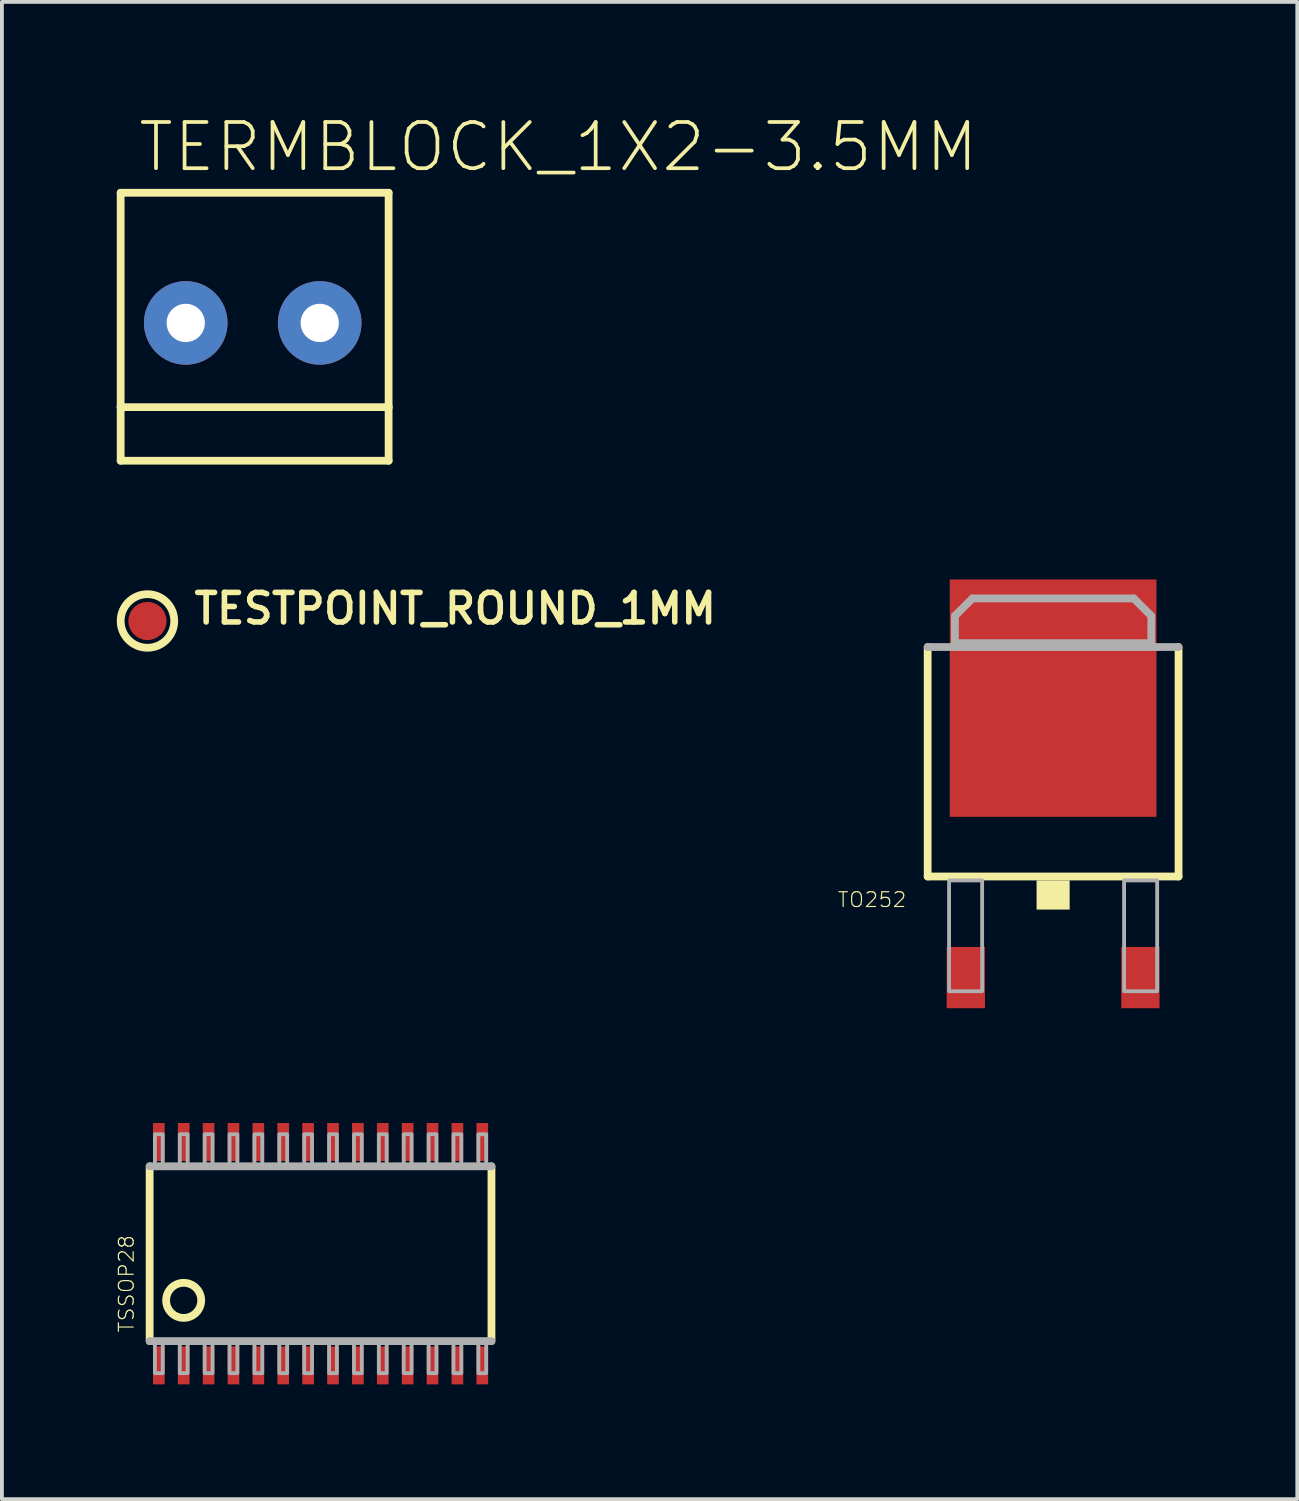
<source format=kicad_pcb>
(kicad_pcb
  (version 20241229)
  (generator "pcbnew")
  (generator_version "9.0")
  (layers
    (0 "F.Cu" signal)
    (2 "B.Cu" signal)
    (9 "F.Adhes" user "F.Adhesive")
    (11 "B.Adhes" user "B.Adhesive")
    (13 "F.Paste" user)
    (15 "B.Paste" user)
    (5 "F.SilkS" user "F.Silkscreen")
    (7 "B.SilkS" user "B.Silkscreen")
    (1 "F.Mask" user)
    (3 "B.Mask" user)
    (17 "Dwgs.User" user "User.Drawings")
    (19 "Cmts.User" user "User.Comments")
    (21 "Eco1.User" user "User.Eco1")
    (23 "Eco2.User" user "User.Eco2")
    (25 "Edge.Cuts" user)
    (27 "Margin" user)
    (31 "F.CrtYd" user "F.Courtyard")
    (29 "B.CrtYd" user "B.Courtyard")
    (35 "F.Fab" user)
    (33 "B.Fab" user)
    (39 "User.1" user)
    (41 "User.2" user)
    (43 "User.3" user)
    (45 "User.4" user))
  (footprint "TESTPOINT_ROUND_1MM"
    (layer "F.Cu")
    (at 0.802 13.172)
    (property "Reference" "TESTPOINT_ROUND_1MM" (at 1.143 0.127 0) (layer "F.SilkS") (effects (font (size 0.772 0.772) (thickness 0.146)) (justify left bottom)))
    (attr through_hole)
    (fp_circle (center 0 0) (end 0.7 0) (stroke (width 0.203) (type solid)) (fill no) (layer "F.SilkS"))
    (pad "P$1" smd roundrect (at 0 0) (size 1 1) (layers "F.Cu" "F.Mask") (roundrect_rratio 0.5)))
  (footprint "TSSOP28"
    (layer "F.Cu")
    (at 5.324 29.701)
    (property "Reference" "TSSOP28" (at -4.846 2.083 90) (layer "F.SilkS") (effects (font (size 0.386 0.386) (thickness 0.031)) (justify left bottom)))
    (attr through_hole)
    (fp_line (start -4.465 2.283) (end -4.465 -2.283) (stroke (width 0.203) (type solid)) (layer "F.SilkS"))
    (fp_line (start 4.465 -2.283) (end 4.465 2.283) (stroke (width 0.203) (type solid)) (layer "F.SilkS"))
    (fp_circle (center -3.576 1.219) (end -3.118 1.219) (stroke (width 0.203) (type solid)) (fill no) (layer "F.SilkS"))
    (fp_line (start -4.465 2.283) (end 4.465 2.283) (stroke (width 0.203) (type solid)) (layer "F.Fab"))
    (fp_line (start 4.465 -2.283) (end -4.465 -2.283) (stroke (width 0.203) (type solid)) (layer "F.Fab"))
    (fp_poly (pts (xy -4.327 -2.283) (xy -4.123 -2.283) (xy -4.123 -3.121) (xy -4.327 -3.121)) (stroke (width 0.1) (type solid)) (fill no) (layer "F.Fab"))
    (fp_poly (pts (xy -4.327 3.121) (xy -4.123 3.121) (xy -4.123 2.283) (xy -4.327 2.283)) (stroke (width 0.1) (type solid)) (fill no) (layer "F.Fab"))
    (fp_poly (pts (xy -3.677 -2.283) (xy -3.473 -2.283) (xy -3.473 -3.121) (xy -3.677 -3.121)) (stroke (width 0.1) (type solid)) (fill no) (layer "F.Fab"))
    (fp_poly (pts (xy -3.677 3.121) (xy -3.473 3.121) (xy -3.473 2.283) (xy -3.677 2.283)) (stroke (width 0.1) (type solid)) (fill no) (layer "F.Fab"))
    (fp_poly (pts (xy -3.027 -2.283) (xy -2.823 -2.283) (xy -2.823 -3.121) (xy -3.027 -3.121)) (stroke (width 0.1) (type solid)) (fill no) (layer "F.Fab"))
    (fp_poly (pts (xy -3.027 3.121) (xy -2.823 3.121) (xy -2.823 2.283) (xy -3.027 2.283)) (stroke (width 0.1) (type solid)) (fill no) (layer "F.Fab"))
    (fp_poly (pts (xy -2.377 -2.283) (xy -2.173 -2.283) (xy -2.173 -3.121) (xy -2.377 -3.121)) (stroke (width 0.1) (type solid)) (fill no) (layer "F.Fab"))
    (fp_poly (pts (xy -2.377 3.121) (xy -2.173 3.121) (xy -2.173 2.283) (xy -2.377 2.283)) (stroke (width 0.1) (type solid)) (fill no) (layer "F.Fab"))
    (fp_poly (pts (xy -1.727 -2.283) (xy -1.523 -2.283) (xy -1.523 -3.121) (xy -1.727 -3.121)) (stroke (width 0.1) (type solid)) (fill no) (layer "F.Fab"))
    (fp_poly (pts (xy -1.727 3.121) (xy -1.523 3.121) (xy -1.523 2.283) (xy -1.727 2.283)) (stroke (width 0.1) (type solid)) (fill no) (layer "F.Fab"))
    (fp_poly (pts (xy -1.077 -2.283) (xy -0.873 -2.283) (xy -0.873 -3.121) (xy -1.077 -3.121)) (stroke (width 0.1) (type solid)) (fill no) (layer "F.Fab"))
    (fp_poly (pts (xy -1.077 3.121) (xy -0.873 3.121) (xy -0.873 2.283) (xy -1.077 2.283)) (stroke (width 0.1) (type solid)) (fill no) (layer "F.Fab"))
    (fp_poly (pts (xy -0.427 -2.283) (xy -0.223 -2.283) (xy -0.223 -3.121) (xy -0.427 -3.121)) (stroke (width 0.1) (type solid)) (fill no) (layer "F.Fab"))
    (fp_poly (pts (xy -0.427 3.121) (xy -0.223 3.121) (xy -0.223 2.283) (xy -0.427 2.283)) (stroke (width 0.1) (type solid)) (fill no) (layer "F.Fab"))
    (fp_poly (pts (xy 0.223 -2.283) (xy 0.427 -2.283) (xy 0.427 -3.121) (xy 0.223 -3.121)) (stroke (width 0.1) (type solid)) (fill no) (layer "F.Fab"))
    (fp_poly (pts (xy 0.223 3.121) (xy 0.427 3.121) (xy 0.427 2.283) (xy 0.223 2.283)) (stroke (width 0.1) (type solid)) (fill no) (layer "F.Fab"))
    (fp_poly (pts (xy 0.873 -2.283) (xy 1.077 -2.283) (xy 1.077 -3.121) (xy 0.873 -3.121)) (stroke (width 0.1) (type solid)) (fill no) (layer "F.Fab"))
    (fp_poly (pts (xy 0.873 3.121) (xy 1.077 3.121) (xy 1.077 2.283) (xy 0.873 2.283)) (stroke (width 0.1) (type solid)) (fill no) (layer "F.Fab"))
    (fp_poly (pts (xy 1.523 -2.283) (xy 1.727 -2.283) (xy 1.727 -3.121) (xy 1.523 -3.121)) (stroke (width 0.1) (type solid)) (fill no) (layer "F.Fab"))
    (fp_poly (pts (xy 1.523 3.121) (xy 1.727 3.121) (xy 1.727 2.283) (xy 1.523 2.283)) (stroke (width 0.1) (type solid)) (fill no) (layer "F.Fab"))
    (fp_poly (pts (xy 2.173 -2.283) (xy 2.377 -2.283) (xy 2.377 -3.121) (xy 2.173 -3.121)) (stroke (width 0.1) (type solid)) (fill no) (layer "F.Fab"))
    (fp_poly (pts (xy 2.173 3.121) (xy 2.377 3.121) (xy 2.377 2.283) (xy 2.173 2.283)) (stroke (width 0.1) (type solid)) (fill no) (layer "F.Fab"))
    (fp_poly (pts (xy 2.823 -2.283) (xy 3.027 -2.283) (xy 3.027 -3.121) (xy 2.823 -3.121)) (stroke (width 0.1) (type solid)) (fill no) (layer "F.Fab"))
    (fp_poly (pts (xy 2.823 3.121) (xy 3.027 3.121) (xy 3.027 2.283) (xy 2.823 2.283)) (stroke (width 0.1) (type solid)) (fill no) (layer "F.Fab"))
    (fp_poly (pts (xy 3.473 -2.283) (xy 3.677 -2.283) (xy 3.677 -3.121) (xy 3.473 -3.121)) (stroke (width 0.1) (type solid)) (fill no) (layer "F.Fab"))
    (fp_poly (pts (xy 3.473 3.121) (xy 3.677 3.121) (xy 3.677 2.283) (xy 3.473 2.283)) (stroke (width 0.1) (type solid)) (fill no) (layer "F.Fab"))
    (fp_poly (pts (xy 4.123 -2.283) (xy 4.327 -2.283) (xy 4.327 -3.121) (xy 4.123 -3.121)) (stroke (width 0.1) (type solid)) (fill no) (layer "F.Fab"))
    (fp_poly (pts (xy 4.123 3.121) (xy 4.327 3.121) (xy 4.327 2.283) (xy 4.123 2.283)) (stroke (width 0.1) (type solid)) (fill no) (layer "F.Fab"))
    (pad "1" smd rect (at -4.225 2.918) (size 0.305 0.991) (layers "F.Cu" "F.Mask" "F.Paste"))
    (pad "2" smd rect (at -3.575 2.918) (size 0.305 0.991) (layers "F.Cu" "F.Mask" "F.Paste"))
    (pad "3" smd rect (at -2.925 2.918) (size 0.305 0.991) (layers "F.Cu" "F.Mask" "F.Paste"))
    (pad "4" smd rect (at -2.275 2.918) (size 0.305 0.991) (layers "F.Cu" "F.Mask" "F.Paste"))
    (pad "5" smd rect (at -1.625 2.918) (size 0.305 0.991) (layers "F.Cu" "F.Mask" "F.Paste"))
    (pad "6" smd rect (at -0.975 2.918) (size 0.305 0.991) (layers "F.Cu" "F.Mask" "F.Paste"))
    (pad "7" smd rect (at -0.325 2.918) (size 0.305 0.991) (layers "F.Cu" "F.Mask" "F.Paste"))
    (pad "8" smd rect (at 0.325 2.918) (size 0.305 0.991) (layers "F.Cu" "F.Mask" "F.Paste"))
    (pad "9" smd rect (at 0.975 2.918) (size 0.305 0.991) (layers "F.Cu" "F.Mask" "F.Paste"))
    (pad "10" smd rect (at 1.625 2.918) (size 0.305 0.991) (layers "F.Cu" "F.Mask" "F.Paste"))
    (pad "11" smd rect (at 2.275 2.918) (size 0.305 0.991) (layers "F.Cu" "F.Mask" "F.Paste"))
    (pad "12" smd rect (at 2.925 2.918) (size 0.305 0.991) (layers "F.Cu" "F.Mask" "F.Paste"))
    (pad "13" smd rect (at 3.575 2.918) (size 0.305 0.991) (layers "F.Cu" "F.Mask" "F.Paste"))
    (pad "14" smd rect (at 4.225 2.918) (size 0.305 0.991) (layers "F.Cu" "F.Mask" "F.Paste"))
    (pad "15" smd rect (at 4.225 -2.918) (size 0.305 0.991) (layers "F.Cu" "F.Mask" "F.Paste"))
    (pad "16" smd rect (at 3.575 -2.918) (size 0.305 0.991) (layers "F.Cu" "F.Mask" "F.Paste"))
    (pad "17" smd rect (at 2.925 -2.918) (size 0.305 0.991) (layers "F.Cu" "F.Mask" "F.Paste"))
    (pad "18" smd rect (at 2.275 -2.918) (size 0.305 0.991) (layers "F.Cu" "F.Mask" "F.Paste"))
    (pad "19" smd rect (at 1.625 -2.918) (size 0.305 0.991) (layers "F.Cu" "F.Mask" "F.Paste"))
    (pad "20" smd rect (at 0.975 -2.918) (size 0.305 0.991) (layers "F.Cu" "F.Mask" "F.Paste"))
    (pad "21" smd rect (at 0.325 -2.918) (size 0.305 0.991) (layers "F.Cu" "F.Mask" "F.Paste"))
    (pad "22" smd rect (at -0.325 -2.918) (size 0.305 0.991) (layers "F.Cu" "F.Mask" "F.Paste"))
    (pad "23" smd rect (at -0.975 -2.918) (size 0.305 0.991) (layers "F.Cu" "F.Mask" "F.Paste"))
    (pad "24" smd rect (at -1.625 -2.918) (size 0.305 0.991) (layers "F.Cu" "F.Mask" "F.Paste"))
    (pad "25" smd rect (at -2.275 -2.918) (size 0.305 0.991) (layers "F.Cu" "F.Mask" "F.Paste"))
    (pad "26" smd rect (at -2.925 -2.918) (size 0.305 0.991) (layers "F.Cu" "F.Mask" "F.Paste"))
    (pad "27" smd rect (at -3.575 -2.918) (size 0.305 0.991) (layers "F.Cu" "F.Mask" "F.Paste"))
    (pad "28" smd rect (at -4.225 -2.918) (size 0.305 0.991) (layers "F.Cu" "F.Mask" "F.Paste")))
  (footprint "TERMBLOCK_1X2-3.5MM"
    (layer "F.Cu")
    (at 3.502 5.386)
    (property "Reference" "TERMBLOCK_1X2-3.5MM" (at -3 -3.89 180) (layer "F.SilkS") (effects (font (size 1.206 1.206) (thickness 0.097)) (justify left bottom)))
    (attr through_hole)
    (fp_line (start -3.4 -3.4) (end -3.4 2.2) (stroke (width 0.203) (type solid)) (layer "F.SilkS"))
    (fp_line (start -3.4 2.2) (end -3.4 3.6) (stroke (width 0.203) (type solid)) (layer "F.SilkS"))
    (fp_line (start -3.4 2.2) (end 3.6 2.2) (stroke (width 0.203) (type solid)) (layer "F.SilkS"))
    (fp_line (start -3.4 3.6) (end 3.6 3.6) (stroke (width 0.203) (type solid)) (layer "F.SilkS"))
    (fp_line (start 3.6 -3.4) (end -3.4 -3.4) (stroke (width 0.203) (type solid)) (layer "F.SilkS"))
    (fp_line (start 3.6 2.2) (end 3.6 -3.4) (stroke (width 0.203) (type solid)) (layer "F.SilkS"))
    (fp_line (start 3.6 3.6) (end 3.6 2.2) (stroke (width 0.203) (type solid)) (layer "F.SilkS"))
    (pad "1" thru_hole circle (at 1.8 0) (size 2.184 2.184) (drill 1) (layers "*.Cu" "*.Mask"))
    (pad "2" thru_hole circle (at -1.7 0) (size 2.184 2.184) (drill 1) (layers "*.Cu" "*.Mask")))
  (footprint "TO252"
    (layer "F.Cu")
    (at 24.461 17.688)
    (property "Reference" "TO252" (at -3.81 2.54 180) (layer "F.SilkS") (effects (font (size 0.386 0.386) (thickness 0.031)) (justify right top)))
    (attr through_hole)
    (fp_line (start -3.277 2.159) (end -3.277 -3.835) (stroke (width 0.203) (type solid)) (layer "F.SilkS"))
    (fp_line (start 3.277 -3.835) (end 3.277 2.159) (stroke (width 0.203) (type solid)) (layer "F.SilkS"))
    (fp_line (start 3.277 2.159) (end -3.277 2.159) (stroke (width 0.203) (type solid)) (layer "F.SilkS"))
    (fp_poly (pts (xy -0.432 3.023) (xy 0.432 3.023) (xy 0.432 2.261) (xy -0.432 2.261)) (stroke (width 0) (type solid)) (fill yes) (layer "F.SilkS"))
    (fp_line (start -3.277 -3.835) (end 3.277 -3.835) (stroke (width 0.203) (type solid)) (layer "F.Fab"))
    (fp_line (start -2.565 -4.648) (end -2.108 -5.105) (stroke (width 0.203) (type solid)) (layer "F.Fab"))
    (fp_line (start -2.565 -3.937) (end -2.565 -4.648) (stroke (width 0.203) (type solid)) (layer "F.Fab"))
    (fp_line (start -2.108 -5.105) (end 2.108 -5.105) (stroke (width 0.203) (type solid)) (layer "F.Fab"))
    (fp_line (start 2.108 -5.105) (end 2.565 -4.648) (stroke (width 0.203) (type solid)) (layer "F.Fab"))
    (fp_line (start 2.565 -4.648) (end 2.565 -3.937) (stroke (width 0.203) (type solid)) (layer "F.Fab"))
    (fp_line (start 2.565 -3.937) (end -2.565 -3.937) (stroke (width 0.203) (type solid)) (layer "F.Fab"))
    (fp_poly (pts (xy -2.718 5.156) (xy -1.854 5.156) (xy -1.854 2.261) (xy -2.718 2.261)) (stroke (width 0.1) (type solid)) (fill no) (layer "F.Fab"))
    (fp_poly (pts (xy 1.854 5.156) (xy 2.718 5.156) (xy 2.718 2.261) (xy 1.854 2.261)) (stroke (width 0.1) (type solid)) (fill no) (layer "F.Fab"))
    (fp_poly (pts (xy -2.565 -3.937) (xy -2.565 -4.648) (xy -2.108 -5.105) (xy 2.108 -5.105) (xy 2.565 -4.648) (xy 2.565 -3.937)) (stroke (width 0.1) (type solid)) (fill no) (layer "F.Fab"))
    (pad "1" smd rect (at -2.28 4.8) (size 1 1.6) (layers "F.Cu" "F.Mask" "F.Paste"))
    (pad "2" smd rect (at 2.28 4.8) (size 1 1.6) (layers "F.Cu" "F.Mask" "F.Paste"))
    (pad "3" smd rect (at 0 -2.5) (size 5.4 6.2) (layers "F.Cu" "F.Mask" "F.Paste")))
  (gr_rect
    (start -3 -3)
    (end 30.84 36.114)
    (stroke (width 0.1) (type default))
    (fill no)
    (layer "Edge.Cuts")))
</source>
